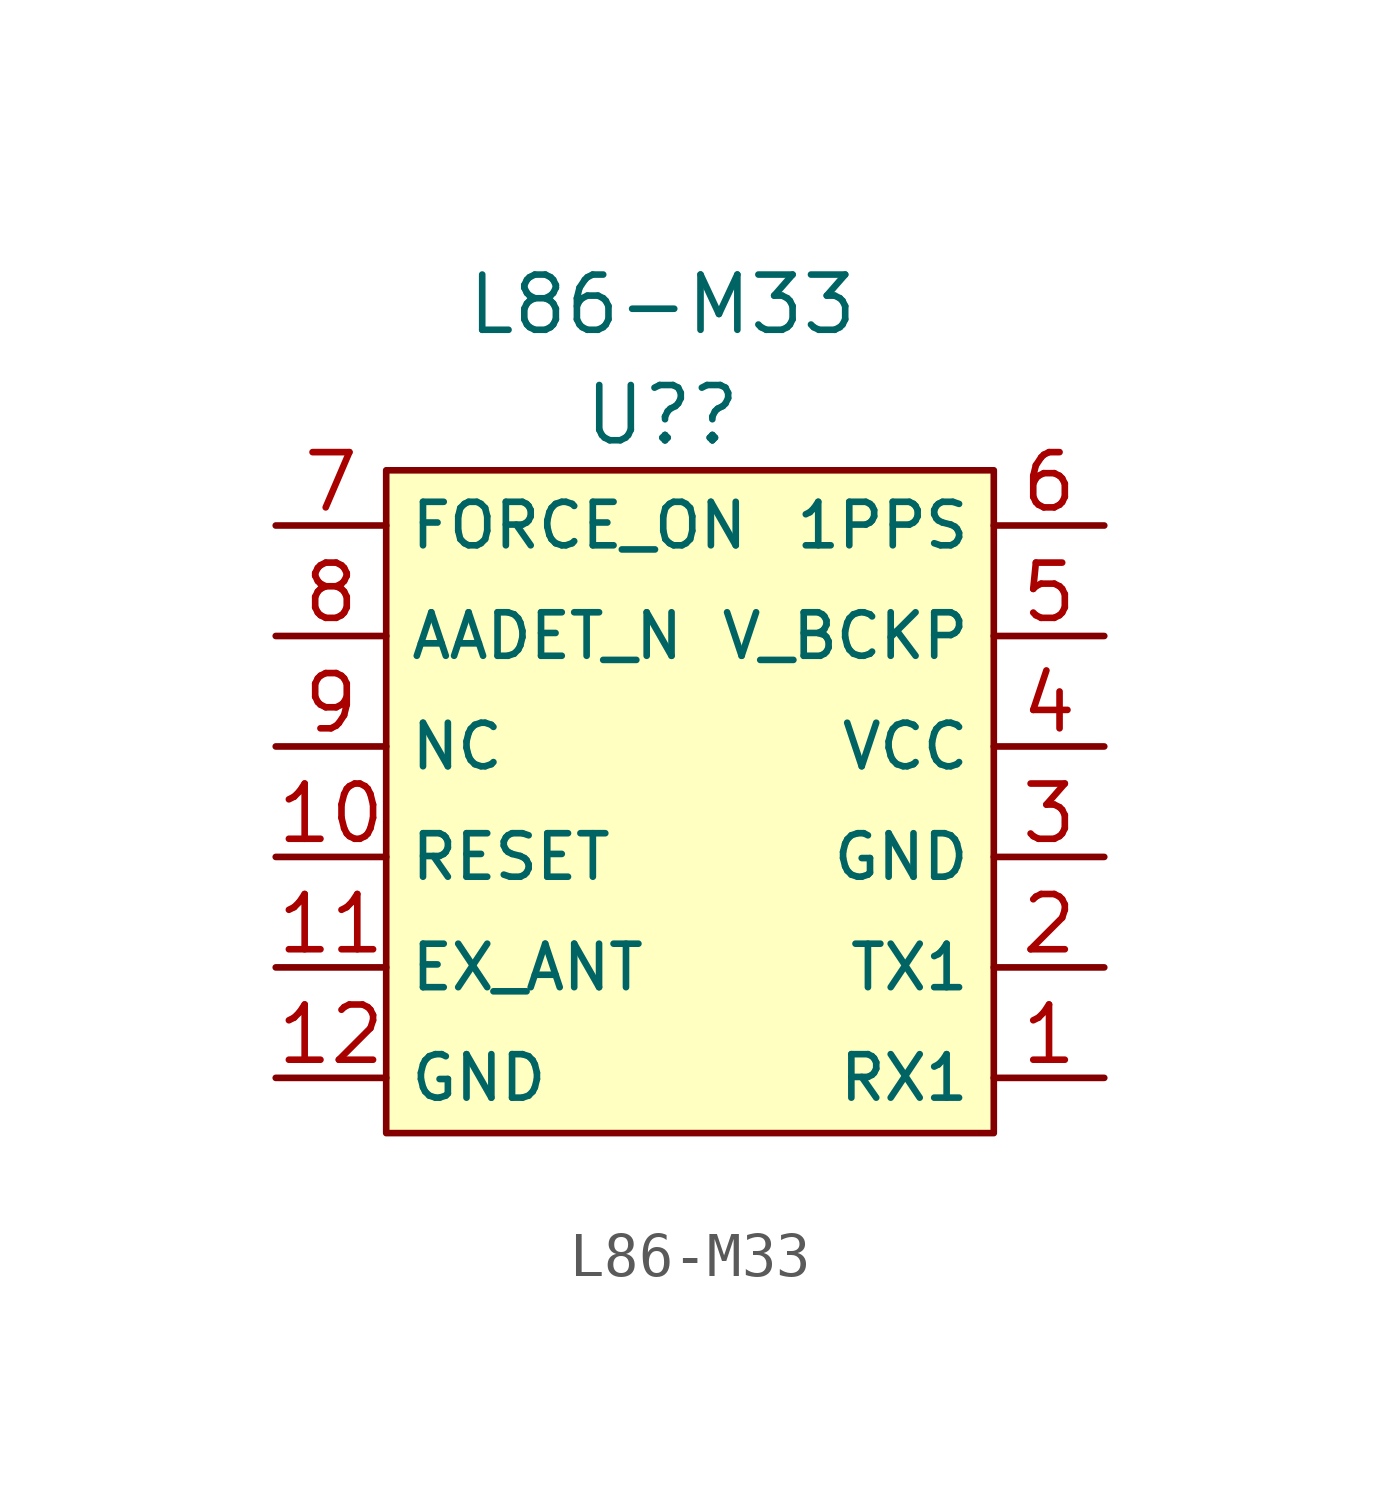
<source format=kicad_sym>
(kicad_symbol_lib
  (version 20211014)
  (generator kicad_symbol_editor)
  (symbol "L86-M33"
    (property "Reference" "U?"
      (at 0 6.35 0)
      (effects (font (size 1.27 1.27))))
    (property "Value" "L86-M33"
      (at 0 8.89 0)
      (effects (font (size 1.27 1.27))))
    (symbol "L86-M33_0_1"
      (rectangle (start -6.35 5.08) (end 7.62 -10.16) (stroke (width 0) (type default) (color 0 0 0 0)) (fill (type background))))
    (symbol "L86-M33_1_1"
      (pin bidirectional line (at 10.16 -8.89 180) (length 2.54) (name "RX1" (effects (font (size 1 1)))) (number "1" (effects (font (size 1.27 1.27)))))
      (pin bidirectional line (at -8.89 -3.81 0) (length 2.54) (name "RESET" (effects (font (size 1 1)))) (number "10" (effects (font (size 1.27 1.27)))))
      (pin bidirectional line (at -8.89 -6.35 0) (length 2.54) (name "EX_ANT" (effects (font (size 1 1)))) (number "11" (effects (font (size 1.27 1.27)))))
      (pin bidirectional line (at -8.89 -8.89 0) (length 2.54) (name "GND" (effects (font (size 1 1)))) (number "12" (effects (font (size 1.27 1.27)))))
      (pin bidirectional line (at 10.16 -6.35 180) (length 2.54) (name "TX1" (effects (font (size 1 1)))) (number "2" (effects (font (size 1.27 1.27)))))
      (pin bidirectional line (at 10.16 -3.81 180) (length 2.54) (name "GND" (effects (font (size 1 1)))) (number "3" (effects (font (size 1.27 1.27)))))
      (pin bidirectional line (at 10.16 -1.27 180) (length 2.54) (name "VCC" (effects (font (size 1 1)))) (number "4" (effects (font (size 1.27 1.27)))))
      (pin bidirectional line (at 10.16 1.27 180) (length 2.54) (name "V_BCKP" (effects (font (size 1 1)))) (number "5" (effects (font (size 1.27 1.27)))))
      (pin bidirectional line (at 10.16 3.81 180) (length 2.54) (name "1PPS" (effects (font (size 1 1)))) (number "6" (effects (font (size 1.27 1.27)))))
      (pin bidirectional line (at -8.89 3.81 0) (length 2.54) (name "FORCE_ON" (effects (font (size 1 1)))) (number "7" (effects (font (size 1.27 1.27)))))
      (pin bidirectional line (at -8.89 1.27 0) (length 2.54) (name "AADET_N" (effects (font (size 1 1)))) (number "8" (effects (font (size 1.27 1.27)))))
      (pin bidirectional line (at -8.89 -1.27 0) (length 2.54) (name "NC" (effects (font (size 1 1)))) (number "9" (effects (font (size 1.27 1.27))))))))
</source>
